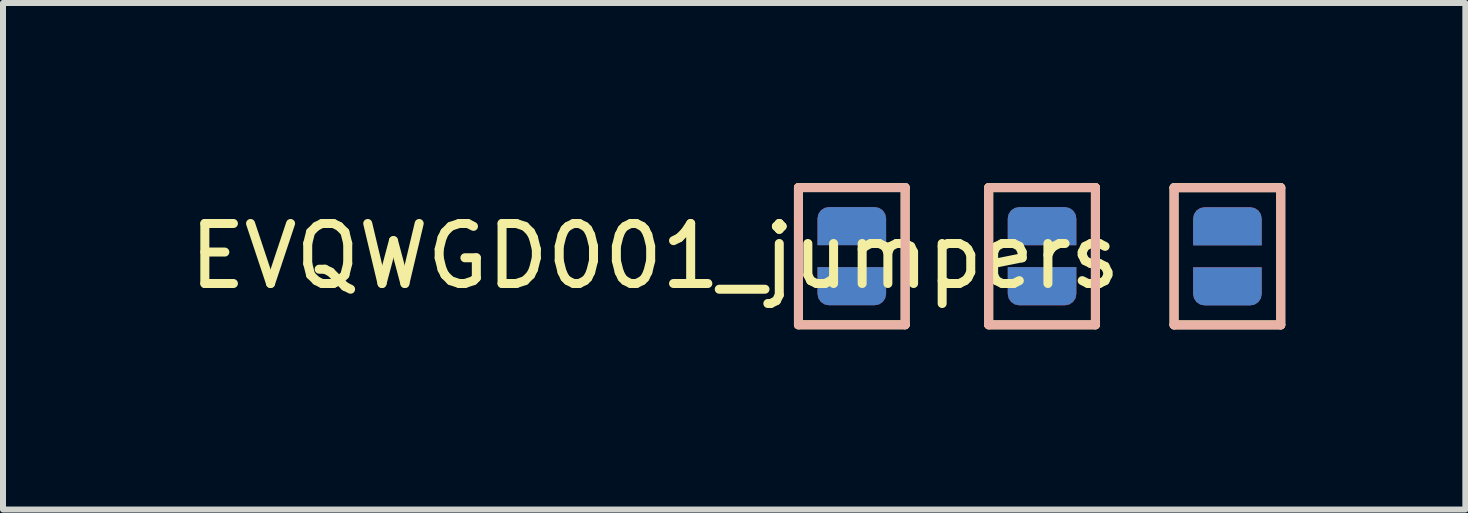
<source format=kicad_pcb>
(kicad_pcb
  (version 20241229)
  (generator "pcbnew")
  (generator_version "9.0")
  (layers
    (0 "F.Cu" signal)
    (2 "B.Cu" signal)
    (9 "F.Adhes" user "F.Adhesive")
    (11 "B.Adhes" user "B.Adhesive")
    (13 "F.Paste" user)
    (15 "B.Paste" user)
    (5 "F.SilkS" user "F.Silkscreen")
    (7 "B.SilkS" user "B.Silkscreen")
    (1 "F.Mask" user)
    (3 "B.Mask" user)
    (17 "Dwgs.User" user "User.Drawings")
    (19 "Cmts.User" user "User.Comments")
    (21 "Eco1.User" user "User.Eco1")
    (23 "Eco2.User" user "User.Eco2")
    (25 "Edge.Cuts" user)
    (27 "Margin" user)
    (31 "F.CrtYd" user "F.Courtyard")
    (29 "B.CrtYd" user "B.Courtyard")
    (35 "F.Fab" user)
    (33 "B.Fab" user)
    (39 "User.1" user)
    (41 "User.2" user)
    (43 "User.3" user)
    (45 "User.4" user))
  (footprint "EVQWGD001_jumpers"
    (layer "F.Cu")
    (at 14.283 1.159)
    (property "Reference" "EVQWGD001_jumpers" (at -6.42 0.06 0) (unlocked yes) (layer "F.SilkS") (effects (font (size 1 1) (thickness 0.15))))
    (attr smd)
    (fp_line (start -4.029 -1.084) (end -4.029 1.202) (stroke (width 0.15) (type solid)) (layer "F.SilkS"))
    (fp_line (start -4.029 1.202) (end -2.251 1.202) (stroke (width 0.15) (type solid)) (layer "F.SilkS"))
    (fp_line (start -2.251 -1.084) (end -4.029 -1.084) (stroke (width 0.15) (type solid)) (layer "F.SilkS"))
    (fp_line (start -2.251 1.202) (end -2.251 -1.084) (stroke (width 0.15) (type solid)) (layer "F.SilkS"))
    (fp_line (start -0.859 -1.083) (end -0.859 1.203) (stroke (width 0.15) (type solid)) (layer "F.SilkS"))
    (fp_line (start -0.859 1.203) (end 0.919 1.203) (stroke (width 0.15) (type solid)) (layer "F.SilkS"))
    (fp_line (start 0.919 -1.083) (end -0.859 -1.083) (stroke (width 0.15) (type solid)) (layer "F.SilkS"))
    (fp_line (start 0.919 1.203) (end 0.919 -1.083) (stroke (width 0.15) (type solid)) (layer "F.SilkS"))
    (fp_line (start 2.229 -1.083) (end 2.229 1.203) (stroke (width 0.15) (type solid)) (layer "F.SilkS"))
    (fp_line (start 2.229 1.203) (end 4.007 1.203) (stroke (width 0.15) (type solid)) (layer "F.SilkS"))
    (fp_line (start 4.007 -1.083) (end 2.229 -1.083) (stroke (width 0.15) (type solid)) (layer "F.SilkS"))
    (fp_line (start 4.007 1.203) (end 4.007 -1.083) (stroke (width 0.15) (type solid)) (layer "F.SilkS"))
    (fp_line (start -4.029 -1.083) (end -4.029 1.203) (stroke (width 0.15) (type solid)) (layer "B.SilkS"))
    (fp_line (start -4.029 1.203) (end -2.251 1.203) (stroke (width 0.15) (type solid)) (layer "B.SilkS"))
    (fp_line (start -2.251 -1.083) (end -4.029 -1.083) (stroke (width 0.15) (type solid)) (layer "B.SilkS"))
    (fp_line (start -2.251 1.203) (end -2.251 -1.083) (stroke (width 0.15) (type solid)) (layer "B.SilkS"))
    (fp_line (start -0.859 -1.083) (end -0.859 1.203) (stroke (width 0.15) (type solid)) (layer "B.SilkS"))
    (fp_line (start -0.859 1.203) (end 0.919 1.203) (stroke (width 0.15) (type solid)) (layer "B.SilkS"))
    (fp_line (start 0.919 -1.083) (end -0.859 -1.083) (stroke (width 0.15) (type solid)) (layer "B.SilkS"))
    (fp_line (start 0.919 1.203) (end 0.919 -1.083) (stroke (width 0.15) (type solid)) (layer "B.SilkS"))
    (fp_line (start 2.23 -1.08) (end 2.23 1.206) (stroke (width 0.15) (type solid)) (layer "B.SilkS"))
    (fp_line (start 2.23 1.206) (end 4.008 1.206) (stroke (width 0.15) (type solid)) (layer "B.SilkS"))
    (fp_line (start 4.008 -1.08) (end 2.23 -1.08) (stroke (width 0.15) (type solid)) (layer "B.SilkS"))
    (fp_line (start 4.008 1.206) (end 4.008 -1.08) (stroke (width 0.15) (type solid)) (layer "B.SilkS"))
    (pad "A" smd roundrect (at -3.14 -0.441 270) (size 0.635 1.143) (layers "B.Cu" "B.Mask" "B.Paste") (roundrect_rratio 0.3) (chamfer_ratio 0) (chamfer top_right bottom_right))
    (pad "A" smd roundrect (at 3.118 -0.44 270) (size 0.635 1.143) (layers "F.Cu" "F.Mask" "F.Paste") (roundrect_rratio 0.3) (chamfer_ratio 0) (chamfer top_right bottom_right))
    (pad "A_D" smd roundrect (at 3.118 0.56 270) (size 0.635 1.143) (layers "F.Cu" "F.Mask" "F.Paste") (roundrect_rratio 0.3) (chamfer_ratio 0) (chamfer top_left bottom_left))
    (pad "B" smd roundrect (at 0.03 -0.441 270) (size 0.635 1.143) (layers "B.Cu" "B.Mask" "B.Paste") (roundrect_rratio 0.3) (chamfer_ratio 0) (chamfer top_right bottom_right))
    (pad "B" smd roundrect (at 0.03 -0.44 270) (size 0.635 1.143) (layers "F.Cu" "F.Mask" "F.Paste") (roundrect_rratio 0.3) (chamfer_ratio 0) (chamfer top_right bottom_right))
    (pad "B_C" smd roundrect (at 0.03 0.561 270) (size 0.635 1.143) (layers "F.Cu" "F.Mask" "F.Paste") (roundrect_rratio 0.3) (chamfer_ratio 0) (chamfer top_left bottom_left))
    (pad "B_C" smd roundrect (at 3.119 0.563 270) (size 0.635 1.143) (layers "B.Cu" "B.Mask" "B.Paste") (roundrect_rratio 0.3) (chamfer_ratio 0) (chamfer top_left bottom_left))
    (pad "C" smd roundrect (at -3.14 -0.442 270) (size 0.635 1.143) (layers "F.Cu" "F.Mask" "F.Paste") (roundrect_rratio 0.3) (chamfer_ratio 0) (chamfer top_right bottom_right))
    (pad "C" smd roundrect (at 3.119 -0.438 270) (size 0.635 1.143) (layers "B.Cu" "B.Mask" "B.Paste") (roundrect_rratio 0.3) (chamfer_ratio 0) (chamfer top_right bottom_right))
    (pad "C_B" smd roundrect (at -3.14 0.559 270) (size 0.635 1.143) (layers "F.Cu" "F.Mask" "F.Paste") (roundrect_rratio 0.3) (chamfer_ratio 0) (chamfer top_left bottom_left))
    (pad "C_B" smd roundrect (at 0.03 0.56 270) (size 0.635 1.143) (layers "B.Cu" "B.Mask" "B.Paste") (roundrect_rratio 0.3) (chamfer_ratio 0) (chamfer top_left bottom_left))
    (pad "D_A" smd roundrect (at -3.14 0.56 270) (size 0.635 1.143) (layers "B.Cu" "B.Mask" "B.Paste") (roundrect_rratio 0.3) (chamfer_ratio 0) (chamfer top_left bottom_left)))
  (gr_rect
    (start -3 -3)
    (end 21.366 5.44)
    (stroke (width 0.1) (type default))
    (fill no)
    (layer "Edge.Cuts")))
</source>
